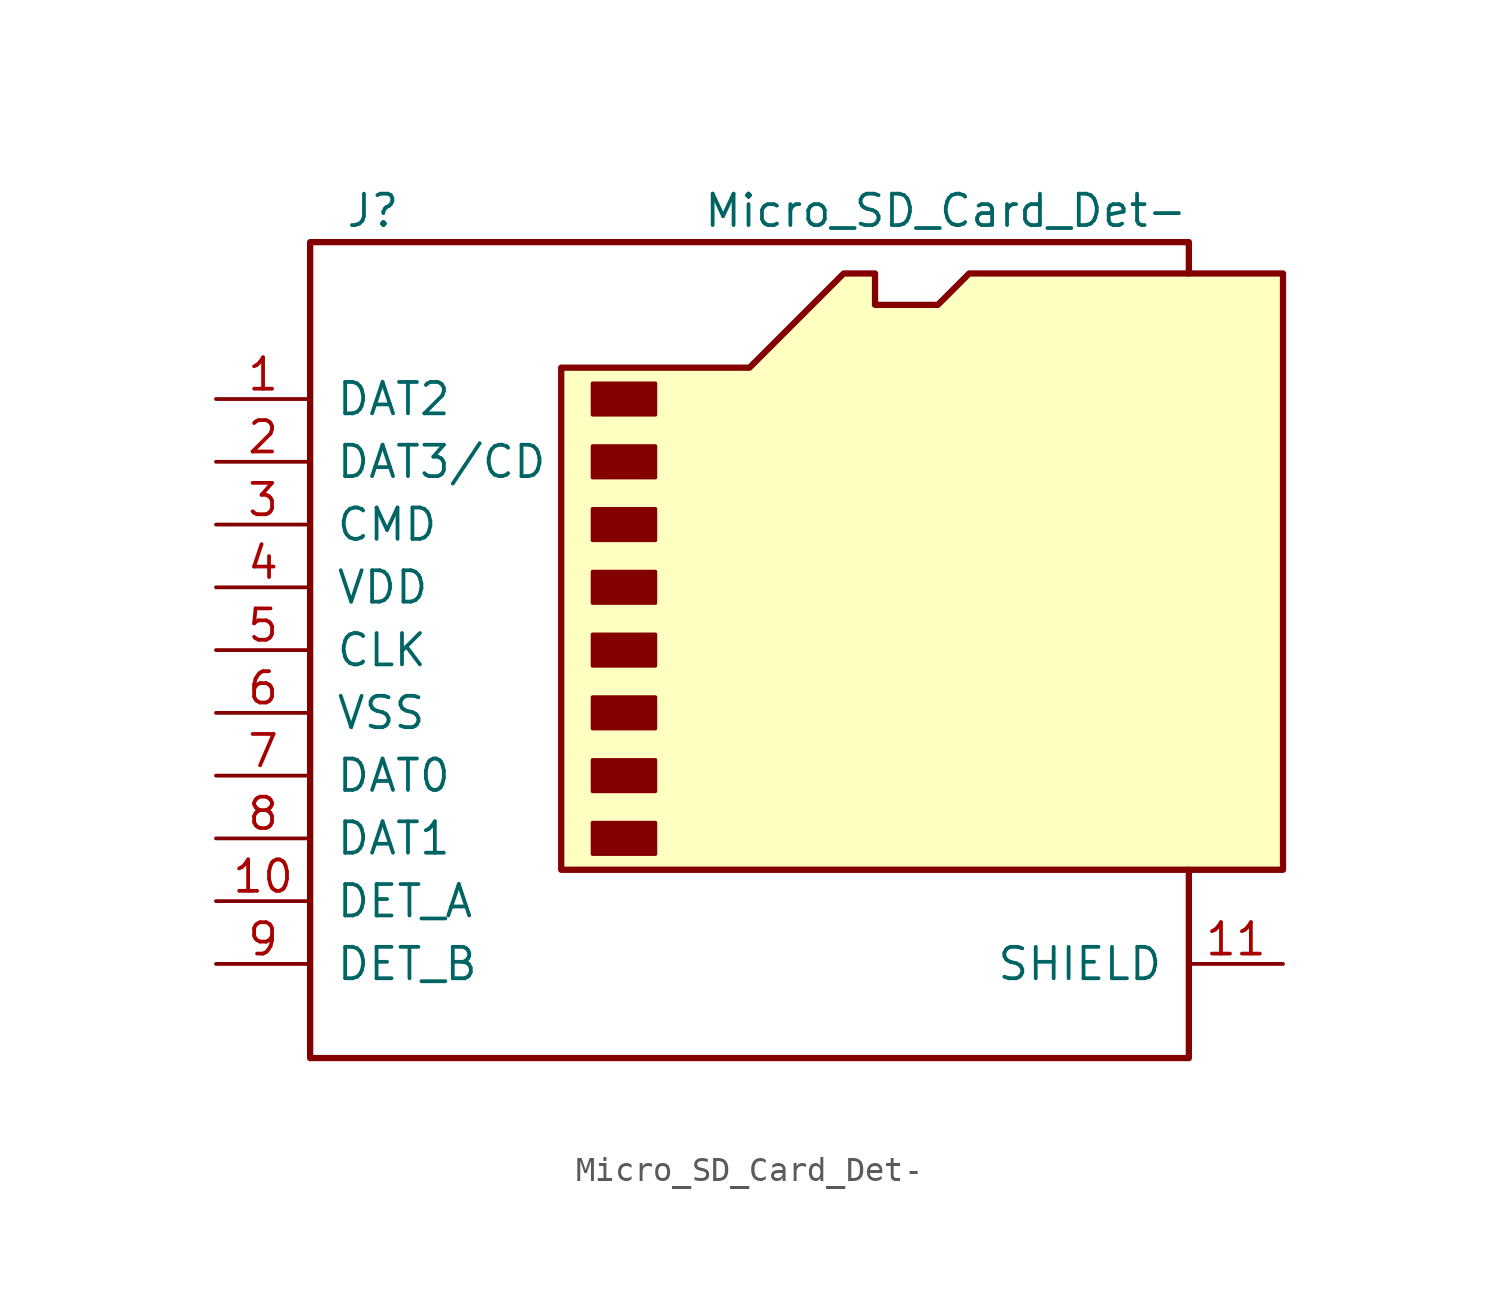
<source format=kicad_sym>
(kicad_symbol_lib
  (version 20231120)
  (generator "kicad_symbol_editor")
  (generator_version "8.0")
  (symbol "Micro_SD_Card_Det-"
    (pin_names
      (offset 1.016))
    (property "Reference" "J"
      (at -16.51 17.78 0)
      (effects (font (size 1.27 1.27))))
    (property "Value" "Micro_SD_Card_Det-"
      (at 16.51 17.78 0)
      (effects (font (size 1.27 1.27)) (justify right)))
    (symbol "Micro_SD_Card_Det-_0_1"
      (rectangle (start -7.62 -6.985) (end -5.08 -8.255) (stroke (width 0) (type solid)) (fill (type outline)))
      (rectangle (start -7.62 -4.445) (end -5.08 -5.715) (stroke (width 0) (type solid)) (fill (type outline)))
      (rectangle (start -7.62 -1.905) (end -5.08 -3.175) (stroke (width 0) (type solid)) (fill (type outline)))
      (rectangle (start -7.62 0.635) (end -5.08 -0.635) (stroke (width 0) (type solid)) (fill (type outline)))
      (rectangle (start -7.62 3.175) (end -5.08 1.905) (stroke (width 0) (type solid)) (fill (type outline)))
      (rectangle (start -7.62 5.715) (end -5.08 4.445) (stroke (width 0) (type solid)) (fill (type outline)))
      (rectangle (start -7.62 8.255) (end -5.08 6.985) (stroke (width 0) (type solid)) (fill (type outline)))
      (rectangle (start -7.62 10.795) (end -5.08 9.525) (stroke (width 0) (type solid)) (fill (type outline)))
      (polyline (pts (xy 16.51 15.24) (xy 16.51 16.51) (xy -19.05 16.51) (xy -19.05 -16.51) (xy 16.51 -16.51) (xy 16.51 -8.89)) (stroke (width 0.254) (type solid)) (fill (type none)))
      (polyline (pts (xy -8.89 -8.89) (xy -8.89 11.43) (xy -1.27 11.43) (xy 2.54 15.24) (xy 3.81 15.24) (xy 3.81 13.97) (xy 6.35 13.97) (xy 7.62 15.24) (xy 20.32 15.24) (xy 20.32 -8.89) (xy -8.89 -8.89)) (stroke (width 0.254) (type solid)) (fill (type background))))
    (symbol "Micro_SD_Card_Det-_1_1"
      (pin bidirectional line (at -22.86 10.16 0) (length 3.81) (name "DAT2" (effects (font (size 1.27 1.27)))) (number "1" (effects (font (size 1.27 1.27)))))
      (pin passive line (at -22.86 -10.16 0) (length 3.81) (name "DET_A" (effects (font (size 1.27 1.27)))) (number "10" (effects (font (size 1.27 1.27)))))
      (pin passive line (at 20.32 -12.7 180) (length 3.81) (name "SHIELD" (effects (font (size 1.27 1.27)))) (number "11" (effects (font (size 1.27 1.27)))))
      (pin bidirectional line (at -22.86 7.62 0) (length 3.81) (name "DAT3/CD" (effects (font (size 1.27 1.27)))) (number "2" (effects (font (size 1.27 1.27)))))
      (pin input line (at -22.86 5.08 0) (length 3.81) (name "CMD" (effects (font (size 1.27 1.27)))) (number "3" (effects (font (size 1.27 1.27)))))
      (pin power_in line (at -22.86 2.54 0) (length 3.81) (name "VDD" (effects (font (size 1.27 1.27)))) (number "4" (effects (font (size 1.27 1.27)))))
      (pin input line (at -22.86 0 0) (length 3.81) (name "CLK" (effects (font (size 1.27 1.27)))) (number "5" (effects (font (size 1.27 1.27)))))
      (pin power_in line (at -22.86 -2.54 0) (length 3.81) (name "VSS" (effects (font (size 1.27 1.27)))) (number "6" (effects (font (size 1.27 1.27)))))
      (pin input line (at -22.86 -5.08 0) (length 3.81) (name "DAT0" (effects (font (size 1.27 1.27)))) (number "7" (effects (font (size 1.27 1.27)))))
      (pin input line (at -22.86 -7.62 0) (length 3.81) (name "DAT1" (effects (font (size 1.27 1.27)))) (number "8" (effects (font (size 1.27 1.27)))))
      (pin passive line (at -22.86 -12.7 0) (length 3.81) (name "DET_B" (effects (font (size 1.27 1.27)))) (number "9" (effects (font (size 1.27 1.27))))))))
</source>
